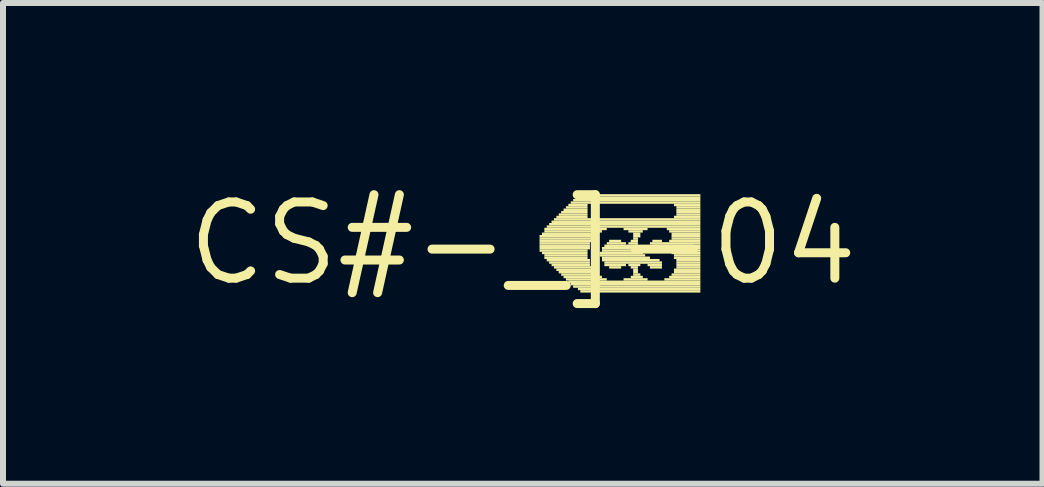
<source format=kicad_pcb>
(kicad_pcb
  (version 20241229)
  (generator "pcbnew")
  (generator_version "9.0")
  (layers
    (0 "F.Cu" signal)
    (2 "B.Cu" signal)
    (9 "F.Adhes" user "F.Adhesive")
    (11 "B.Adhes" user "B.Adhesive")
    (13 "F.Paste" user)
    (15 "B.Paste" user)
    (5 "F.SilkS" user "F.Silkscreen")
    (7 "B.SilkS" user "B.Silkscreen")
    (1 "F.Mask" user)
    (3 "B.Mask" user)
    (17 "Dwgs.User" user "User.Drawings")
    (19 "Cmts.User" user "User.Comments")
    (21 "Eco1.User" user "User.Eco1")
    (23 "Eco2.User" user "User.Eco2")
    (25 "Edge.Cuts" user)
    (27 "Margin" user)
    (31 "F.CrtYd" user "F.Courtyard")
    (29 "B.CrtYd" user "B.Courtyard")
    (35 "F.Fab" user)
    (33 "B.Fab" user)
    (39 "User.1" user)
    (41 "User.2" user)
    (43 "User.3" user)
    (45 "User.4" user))
  (footprint "CS#-_]-04"
    (layer "F.Cu")
    (at 5.662 1.006)
    (property "Reference" "CS#-_]-04" (at 0 0 0) (layer "F.SilkS") (effects (font (size 1.27 1.27) (thickness 0.15))))
    (attr through_hole)
    (fp_poly (pts (xy 0.28 -0.1) (xy 1.2 -0.1) (xy 1.2 -0.14) (xy 0.28 -0.14)) (stroke (width 0) (type solid)) (fill yes) (layer "F.SilkS"))
    (fp_poly (pts (xy 0.28 -0.06) (xy 1.16 -0.06) (xy 1.16 -0.1) (xy 0.28 -0.1)) (stroke (width 0) (type solid)) (fill yes) (layer "F.SilkS"))
    (fp_poly (pts (xy 0.28 -0.02) (xy 1.16 -0.02) (xy 1.16 -0.06) (xy 0.28 -0.06)) (stroke (width 0) (type solid)) (fill yes) (layer "F.SilkS"))
    (fp_poly (pts (xy 0.28 0.02) (xy 1.12 0.02) (xy 1.12 -0.02) (xy 0.28 -0.02)) (stroke (width 0) (type solid)) (fill yes) (layer "F.SilkS"))
    (fp_poly (pts (xy 0.28 0.06) (xy 1.12 0.06) (xy 1.12 0.02) (xy 0.28 0.02)) (stroke (width 0) (type solid)) (fill yes) (layer "F.SilkS"))
    (fp_poly (pts (xy 0.28 0.1) (xy 1.12 0.1) (xy 1.12 0.06) (xy 0.28 0.06)) (stroke (width 0) (type solid)) (fill yes) (layer "F.SilkS"))
    (fp_poly (pts (xy 0.28 0.14) (xy 1.08 0.14) (xy 1.08 0.1) (xy 0.28 0.1)) (stroke (width 0) (type solid)) (fill yes) (layer "F.SilkS"))
    (fp_poly (pts (xy 0.32 -0.14) (xy 1.24 -0.14) (xy 1.24 -0.18) (xy 0.32 -0.18)) (stroke (width 0) (type solid)) (fill yes) (layer "F.SilkS"))
    (fp_poly (pts (xy 0.32 0.18) (xy 1.08 0.18) (xy 1.08 0.14) (xy 0.32 0.14)) (stroke (width 0) (type solid)) (fill yes) (layer "F.SilkS"))
    (fp_poly (pts (xy 0.36 -0.22) (xy 1.4 -0.22) (xy 1.4 -0.26) (xy 0.36 -0.26)) (stroke (width 0) (type solid)) (fill yes) (layer "F.SilkS"))
    (fp_poly (pts (xy 0.36 -0.18) (xy 1.32 -0.18) (xy 1.32 -0.22) (xy 0.36 -0.22)) (stroke (width 0) (type solid)) (fill yes) (layer "F.SilkS"))
    (fp_poly (pts (xy 0.36 0.22) (xy 1.08 0.22) (xy 1.08 0.18) (xy 0.36 0.18)) (stroke (width 0) (type solid)) (fill yes) (layer "F.SilkS"))
    (fp_poly (pts (xy 0.36 0.26) (xy 1.08 0.26) (xy 1.08 0.22) (xy 0.36 0.22)) (stroke (width 0) (type solid)) (fill yes) (layer "F.SilkS"))
    (fp_poly (pts (xy 0.4 -0.26) (xy 2.96 -0.26) (xy 2.96 -0.3) (xy 0.4 -0.3)) (stroke (width 0) (type solid)) (fill yes) (layer "F.SilkS"))
    (fp_poly (pts (xy 0.4 0.3) (xy 1.12 0.3) (xy 1.12 0.26) (xy 0.4 0.26)) (stroke (width 0) (type solid)) (fill yes) (layer "F.SilkS"))
    (fp_poly (pts (xy 0.44 -0.3) (xy 2.96 -0.3) (xy 2.96 -0.34) (xy 0.44 -0.34)) (stroke (width 0) (type solid)) (fill yes) (layer "F.SilkS"))
    (fp_poly (pts (xy 0.44 0.34) (xy 1.12 0.34) (xy 1.12 0.3) (xy 0.44 0.3)) (stroke (width 0) (type solid)) (fill yes) (layer "F.SilkS"))
    (fp_poly (pts (xy 0.48 -0.34) (xy 2.96 -0.34) (xy 2.96 -0.38) (xy 0.48 -0.38)) (stroke (width 0) (type solid)) (fill yes) (layer "F.SilkS"))
    (fp_poly (pts (xy 0.48 0.38) (xy 1.12 0.38) (xy 1.12 0.34) (xy 0.48 0.34)) (stroke (width 0) (type solid)) (fill yes) (layer "F.SilkS"))
    (fp_poly (pts (xy 0.52 -0.38) (xy 2.96 -0.38) (xy 2.96 -0.42) (xy 0.52 -0.42)) (stroke (width 0) (type solid)) (fill yes) (layer "F.SilkS"))
    (fp_poly (pts (xy 0.52 0.42) (xy 1.16 0.42) (xy 1.16 0.38) (xy 0.52 0.38)) (stroke (width 0) (type solid)) (fill yes) (layer "F.SilkS"))
    (fp_poly (pts (xy 0.56 -0.42) (xy 1.08 -0.42) (xy 1.08 -0.46) (xy 0.56 -0.46)) (stroke (width 0) (type solid)) (fill yes) (layer "F.SilkS"))
    (fp_poly (pts (xy 0.56 0.46) (xy 1.16 0.46) (xy 1.16 0.42) (xy 0.56 0.42)) (stroke (width 0) (type solid)) (fill yes) (layer "F.SilkS"))
    (fp_poly (pts (xy 0.6 -0.46) (xy 1.08 -0.46) (xy 1.08 -0.5) (xy 0.6 -0.5)) (stroke (width 0) (type solid)) (fill yes) (layer "F.SilkS"))
    (fp_poly (pts (xy 0.6 0.5) (xy 1.2 0.5) (xy 1.2 0.46) (xy 0.6 0.46)) (stroke (width 0) (type solid)) (fill yes) (layer "F.SilkS"))
    (fp_poly (pts (xy 0.64 -0.5) (xy 1.08 -0.5) (xy 1.08 -0.54) (xy 0.64 -0.54)) (stroke (width 0) (type solid)) (fill yes) (layer "F.SilkS"))
    (fp_poly (pts (xy 0.64 0.54) (xy 1.24 0.54) (xy 1.24 0.5) (xy 0.64 0.5)) (stroke (width 0) (type solid)) (fill yes) (layer "F.SilkS"))
    (fp_poly (pts (xy 0.68 -0.54) (xy 1.08 -0.54) (xy 1.08 -0.58) (xy 0.68 -0.58)) (stroke (width 0) (type solid)) (fill yes) (layer "F.SilkS"))
    (fp_poly (pts (xy 0.68 0.58) (xy 1.32 0.58) (xy 1.32 0.54) (xy 0.68 0.54)) (stroke (width 0) (type solid)) (fill yes) (layer "F.SilkS"))
    (fp_poly (pts (xy 0.72 -0.58) (xy 1.08 -0.58) (xy 1.08 -0.62) (xy 0.72 -0.62)) (stroke (width 0) (type solid)) (fill yes) (layer "F.SilkS"))
    (fp_poly (pts (xy 0.72 0.62) (xy 1.4 0.62) (xy 1.4 0.58) (xy 0.72 0.58)) (stroke (width 0) (type solid)) (fill yes) (layer "F.SilkS"))
    (fp_poly (pts (xy 0.76 -0.62) (xy 1.08 -0.62) (xy 1.08 -0.66) (xy 0.76 -0.66)) (stroke (width 0) (type solid)) (fill yes) (layer "F.SilkS"))
    (fp_poly (pts (xy 0.76 0.66) (xy 2.96 0.66) (xy 2.96 0.62) (xy 0.76 0.62)) (stroke (width 0) (type solid)) (fill yes) (layer "F.SilkS"))
    (fp_poly (pts (xy 0.8 -0.66) (xy 2.96 -0.66) (xy 2.96 -0.7) (xy 0.8 -0.7)) (stroke (width 0) (type solid)) (fill yes) (layer "F.SilkS"))
    (fp_poly (pts (xy 0.8 0.7) (xy 2.96 0.7) (xy 2.96 0.66) (xy 0.8 0.66)) (stroke (width 0) (type solid)) (fill yes) (layer "F.SilkS"))
    (fp_poly (pts (xy 0.84 -0.7) (xy 2.96 -0.7) (xy 2.96 -0.74) (xy 0.84 -0.74)) (stroke (width 0) (type solid)) (fill yes) (layer "F.SilkS"))
    (fp_poly (pts (xy 0.84 0.74) (xy 2.96 0.74) (xy 2.96 0.7) (xy 0.84 0.7)) (stroke (width 0) (type solid)) (fill yes) (layer "F.SilkS"))
    (fp_poly (pts (xy 0.92 -0.74) (xy 2.96 -0.74) (xy 2.96 -0.78) (xy 0.92 -0.78)) (stroke (width 0) (type solid)) (fill yes) (layer "F.SilkS"))
    (fp_poly (pts (xy 0.92 0.78) (xy 2.96 0.78) (xy 2.96 0.74) (xy 0.92 0.74)) (stroke (width 0) (type solid)) (fill yes) (layer "F.SilkS"))
    (fp_poly (pts (xy 0.96 -0.78) (xy 2.96 -0.78) (xy 2.96 -0.82) (xy 0.96 -0.82)) (stroke (width 0) (type solid)) (fill yes) (layer "F.SilkS"))
    (fp_poly (pts (xy 0.96 0.82) (xy 2.96 0.82) (xy 2.96 0.78) (xy 0.96 0.78)) (stroke (width 0) (type solid)) (fill yes) (layer "F.SilkS"))
    (fp_poly (pts (xy 1.28 0.18) (xy 2 0.18) (xy 2 0.14) (xy 1.28 0.14)) (stroke (width 0) (type solid)) (fill yes) (layer "F.SilkS"))
    (fp_poly (pts (xy 1.28 0.22) (xy 2.04 0.22) (xy 2.04 0.18) (xy 1.28 0.18)) (stroke (width 0) (type solid)) (fill yes) (layer "F.SilkS"))
    (fp_poly (pts (xy 1.32 0.1) (xy 1.96 0.1) (xy 1.96 0.06) (xy 1.32 0.06)) (stroke (width 0) (type solid)) (fill yes) (layer "F.SilkS"))
    (fp_poly (pts (xy 1.32 0.14) (xy 1.96 0.14) (xy 1.96 0.1) (xy 1.32 0.1)) (stroke (width 0) (type solid)) (fill yes) (layer "F.SilkS"))
    (fp_poly (pts (xy 1.32 0.26) (xy 2.12 0.26) (xy 2.12 0.22) (xy 1.32 0.22)) (stroke (width 0) (type solid)) (fill yes) (layer "F.SilkS"))
    (fp_poly (pts (xy 1.32 0.3) (xy 2.28 0.3) (xy 2.28 0.26) (xy 1.32 0.26)) (stroke (width 0) (type solid)) (fill yes) (layer "F.SilkS"))
    (fp_poly (pts (xy 1.36 0.06) (xy 1.92 0.06) (xy 1.92 0.02) (xy 1.36 0.02)) (stroke (width 0) (type solid)) (fill yes) (layer "F.SilkS"))
    (fp_poly (pts (xy 1.36 0.34) (xy 2.32 0.34) (xy 2.32 0.3) (xy 1.36 0.3)) (stroke (width 0) (type solid)) (fill yes) (layer "F.SilkS"))
    (fp_poly (pts (xy 1.36 0.38) (xy 1.72 0.38) (xy 1.72 0.34) (xy 1.36 0.34)) (stroke (width 0) (type solid)) (fill yes) (layer "F.SilkS"))
    (fp_poly (pts (xy 1.4 0.02) (xy 1.72 0.02) (xy 1.72 -0.02) (xy 1.4 -0.02)) (stroke (width 0) (type solid)) (fill yes) (layer "F.SilkS"))
    (fp_poly (pts (xy 1.44 -0.02) (xy 1.64 -0.02) (xy 1.64 -0.06) (xy 1.44 -0.06)) (stroke (width 0) (type solid)) (fill yes) (layer "F.SilkS"))
    (fp_poly (pts (xy 1.44 0.42) (xy 1.64 0.42) (xy 1.64 0.38) (xy 1.44 0.38)) (stroke (width 0) (type solid)) (fill yes) (layer "F.SilkS"))
    (fp_poly (pts (xy 1.68 -0.22) (xy 2.08 -0.22) (xy 2.08 -0.26) (xy 1.68 -0.26)) (stroke (width 0) (type solid)) (fill yes) (layer "F.SilkS"))
    (fp_poly (pts (xy 1.68 0.62) (xy 2.08 0.62) (xy 2.08 0.58) (xy 1.68 0.58)) (stroke (width 0) (type solid)) (fill yes) (layer "F.SilkS"))
    (fp_poly (pts (xy 1.76 -0.18) (xy 2 -0.18) (xy 2 -0.22) (xy 1.76 -0.22)) (stroke (width 0) (type solid)) (fill yes) (layer "F.SilkS"))
    (fp_poly (pts (xy 1.76 0.02) (xy 1.92 0.02) (xy 1.92 -0.02) (xy 1.76 -0.02)) (stroke (width 0) (type solid)) (fill yes) (layer "F.SilkS"))
    (fp_poly (pts (xy 1.76 0.38) (xy 1.96 0.38) (xy 1.96 0.34) (xy 1.76 0.34)) (stroke (width 0) (type solid)) (fill yes) (layer "F.SilkS"))
    (fp_poly (pts (xy 1.8 -0.02) (xy 1.92 -0.02) (xy 1.92 -0.06) (xy 1.8 -0.06)) (stroke (width 0) (type solid)) (fill yes) (layer "F.SilkS"))
    (fp_poly (pts (xy 1.8 0.42) (xy 1.92 0.42) (xy 1.92 0.38) (xy 1.8 0.38)) (stroke (width 0) (type solid)) (fill yes) (layer "F.SilkS"))
    (fp_poly (pts (xy 1.8 0.58) (xy 2 0.58) (xy 2 0.54) (xy 1.8 0.54)) (stroke (width 0) (type solid)) (fill yes) (layer "F.SilkS"))
    (fp_poly (pts (xy 1.84 -0.14) (xy 1.96 -0.14) (xy 1.96 -0.18) (xy 1.84 -0.18)) (stroke (width 0) (type solid)) (fill yes) (layer "F.SilkS"))
    (fp_poly (pts (xy 1.84 -0.1) (xy 1.96 -0.1) (xy 1.96 -0.14) (xy 1.84 -0.14)) (stroke (width 0) (type solid)) (fill yes) (layer "F.SilkS"))
    (fp_poly (pts (xy 1.84 -0.06) (xy 1.92 -0.06) (xy 1.92 -0.1) (xy 1.84 -0.1)) (stroke (width 0) (type solid)) (fill yes) (layer "F.SilkS"))
    (fp_poly (pts (xy 1.84 0.46) (xy 1.92 0.46) (xy 1.92 0.42) (xy 1.84 0.42)) (stroke (width 0) (type solid)) (fill yes) (layer "F.SilkS"))
    (fp_poly (pts (xy 1.84 0.5) (xy 1.92 0.5) (xy 1.92 0.46) (xy 1.84 0.46)) (stroke (width 0) (type solid)) (fill yes) (layer "F.SilkS"))
    (fp_poly (pts (xy 1.84 0.54) (xy 1.96 0.54) (xy 1.96 0.5) (xy 1.84 0.5)) (stroke (width 0) (type solid)) (fill yes) (layer "F.SilkS"))
    (fp_poly (pts (xy 2.08 0.38) (xy 2.32 0.38) (xy 2.32 0.34) (xy 2.08 0.34)) (stroke (width 0) (type solid)) (fill yes) (layer "F.SilkS"))
    (fp_poly (pts (xy 2.12 0.02) (xy 2.96 0.02) (xy 2.96 -0.02) (xy 2.12 -0.02)) (stroke (width 0) (type solid)) (fill yes) (layer "F.SilkS"))
    (fp_poly (pts (xy 2.12 0.42) (xy 2.32 0.42) (xy 2.32 0.38) (xy 2.12 0.38)) (stroke (width 0) (type solid)) (fill yes) (layer "F.SilkS"))
    (fp_poly (pts (xy 2.16 -0.02) (xy 2.32 -0.02) (xy 2.32 -0.06) (xy 2.16 -0.06)) (stroke (width 0) (type solid)) (fill yes) (layer "F.SilkS"))
    (fp_poly (pts (xy 2.16 0.06) (xy 2.96 0.06) (xy 2.96 0.02) (xy 2.16 0.02)) (stroke (width 0) (type solid)) (fill yes) (layer "F.SilkS"))
    (fp_poly (pts (xy 2.28 0.1) (xy 2.96 0.1) (xy 2.96 0.06) (xy 2.28 0.06)) (stroke (width 0) (type solid)) (fill yes) (layer "F.SilkS"))
    (fp_poly (pts (xy 2.36 0.62) (xy 2.96 0.62) (xy 2.96 0.58) (xy 2.36 0.58)) (stroke (width 0) (type solid)) (fill yes) (layer "F.SilkS"))
    (fp_poly (pts (xy 2.4 -0.22) (xy 2.96 -0.22) (xy 2.96 -0.26) (xy 2.4 -0.26)) (stroke (width 0) (type solid)) (fill yes) (layer "F.SilkS"))
    (fp_poly (pts (xy 2.4 0.14) (xy 2.96 0.14) (xy 2.96 0.1) (xy 2.4 0.1)) (stroke (width 0) (type solid)) (fill yes) (layer "F.SilkS"))
    (fp_poly (pts (xy 2.44 -0.18) (xy 2.96 -0.18) (xy 2.96 -0.22) (xy 2.44 -0.22)) (stroke (width 0) (type solid)) (fill yes) (layer "F.SilkS"))
    (fp_poly (pts (xy 2.44 -0.02) (xy 2.96 -0.02) (xy 2.96 -0.06) (xy 2.44 -0.06)) (stroke (width 0) (type solid)) (fill yes) (layer "F.SilkS"))
    (fp_poly (pts (xy 2.44 0.58) (xy 2.96 0.58) (xy 2.96 0.54) (xy 2.44 0.54)) (stroke (width 0) (type solid)) (fill yes) (layer "F.SilkS"))
    (fp_poly (pts (xy 2.48 -0.14) (xy 2.96 -0.14) (xy 2.96 -0.18) (xy 2.48 -0.18)) (stroke (width 0) (type solid)) (fill yes) (layer "F.SilkS"))
    (fp_poly (pts (xy 2.48 -0.1) (xy 2.96 -0.1) (xy 2.96 -0.14) (xy 2.48 -0.14)) (stroke (width 0) (type solid)) (fill yes) (layer "F.SilkS"))
    (fp_poly (pts (xy 2.48 -0.06) (xy 2.96 -0.06) (xy 2.96 -0.1) (xy 2.48 -0.1)) (stroke (width 0) (type solid)) (fill yes) (layer "F.SilkS"))
    (fp_poly (pts (xy 2.48 0.18) (xy 2.96 0.18) (xy 2.96 0.14) (xy 2.48 0.14)) (stroke (width 0) (type solid)) (fill yes) (layer "F.SilkS"))
    (fp_poly (pts (xy 2.48 0.54) (xy 2.96 0.54) (xy 2.96 0.5) (xy 2.48 0.5)) (stroke (width 0) (type solid)) (fill yes) (layer "F.SilkS"))
    (fp_poly (pts (xy 2.52 -0.62) (xy 2.96 -0.62) (xy 2.96 -0.66) (xy 2.52 -0.66)) (stroke (width 0) (type solid)) (fill yes) (layer "F.SilkS"))
    (fp_poly (pts (xy 2.52 -0.42) (xy 2.96 -0.42) (xy 2.96 -0.46) (xy 2.52 -0.46)) (stroke (width 0) (type solid)) (fill yes) (layer "F.SilkS"))
    (fp_poly (pts (xy 2.52 0.22) (xy 2.96 0.22) (xy 2.96 0.18) (xy 2.52 0.18)) (stroke (width 0) (type solid)) (fill yes) (layer "F.SilkS"))
    (fp_poly (pts (xy 2.52 0.26) (xy 2.96 0.26) (xy 2.96 0.22) (xy 2.52 0.22)) (stroke (width 0) (type solid)) (fill yes) (layer "F.SilkS"))
    (fp_poly (pts (xy 2.52 0.46) (xy 2.96 0.46) (xy 2.96 0.42) (xy 2.52 0.42)) (stroke (width 0) (type solid)) (fill yes) (layer "F.SilkS"))
    (fp_poly (pts (xy 2.52 0.5) (xy 2.96 0.5) (xy 2.96 0.46) (xy 2.52 0.46)) (stroke (width 0) (type solid)) (fill yes) (layer "F.SilkS"))
    (fp_poly (pts (xy 2.56 -0.58) (xy 2.96 -0.58) (xy 2.96 -0.62) (xy 2.56 -0.62)) (stroke (width 0) (type solid)) (fill yes) (layer "F.SilkS"))
    (fp_poly (pts (xy 2.56 -0.54) (xy 2.96 -0.54) (xy 2.96 -0.58) (xy 2.56 -0.58)) (stroke (width 0) (type solid)) (fill yes) (layer "F.SilkS"))
    (fp_poly (pts (xy 2.56 -0.5) (xy 2.96 -0.5) (xy 2.96 -0.54) (xy 2.56 -0.54)) (stroke (width 0) (type solid)) (fill yes) (layer "F.SilkS"))
    (fp_poly (pts (xy 2.56 -0.46) (xy 2.96 -0.46) (xy 2.96 -0.5) (xy 2.56 -0.5)) (stroke (width 0) (type solid)) (fill yes) (layer "F.SilkS"))
    (fp_poly (pts (xy 2.56 0.3) (xy 2.96 0.3) (xy 2.96 0.26) (xy 2.56 0.26)) (stroke (width 0) (type solid)) (fill yes) (layer "F.SilkS"))
    (fp_poly (pts (xy 2.56 0.34) (xy 2.96 0.34) (xy 2.96 0.3) (xy 2.56 0.3)) (stroke (width 0) (type solid)) (fill yes) (layer "F.SilkS"))
    (fp_poly (pts (xy 2.56 0.38) (xy 2.96 0.38) (xy 2.96 0.34) (xy 2.56 0.34)) (stroke (width 0) (type solid)) (fill yes) (layer "F.SilkS"))
    (fp_poly (pts (xy 2.56 0.42) (xy 2.96 0.42) (xy 2.96 0.38) (xy 2.56 0.38)) (stroke (width 0) (type solid)) (fill yes) (layer "F.SilkS")))
  (gr_rect
    (start -3 -3)
    (end 14.324 5.012)
    (stroke (width 0.1) (type default))
    (fill no)
    (layer "Edge.Cuts")))
</source>
